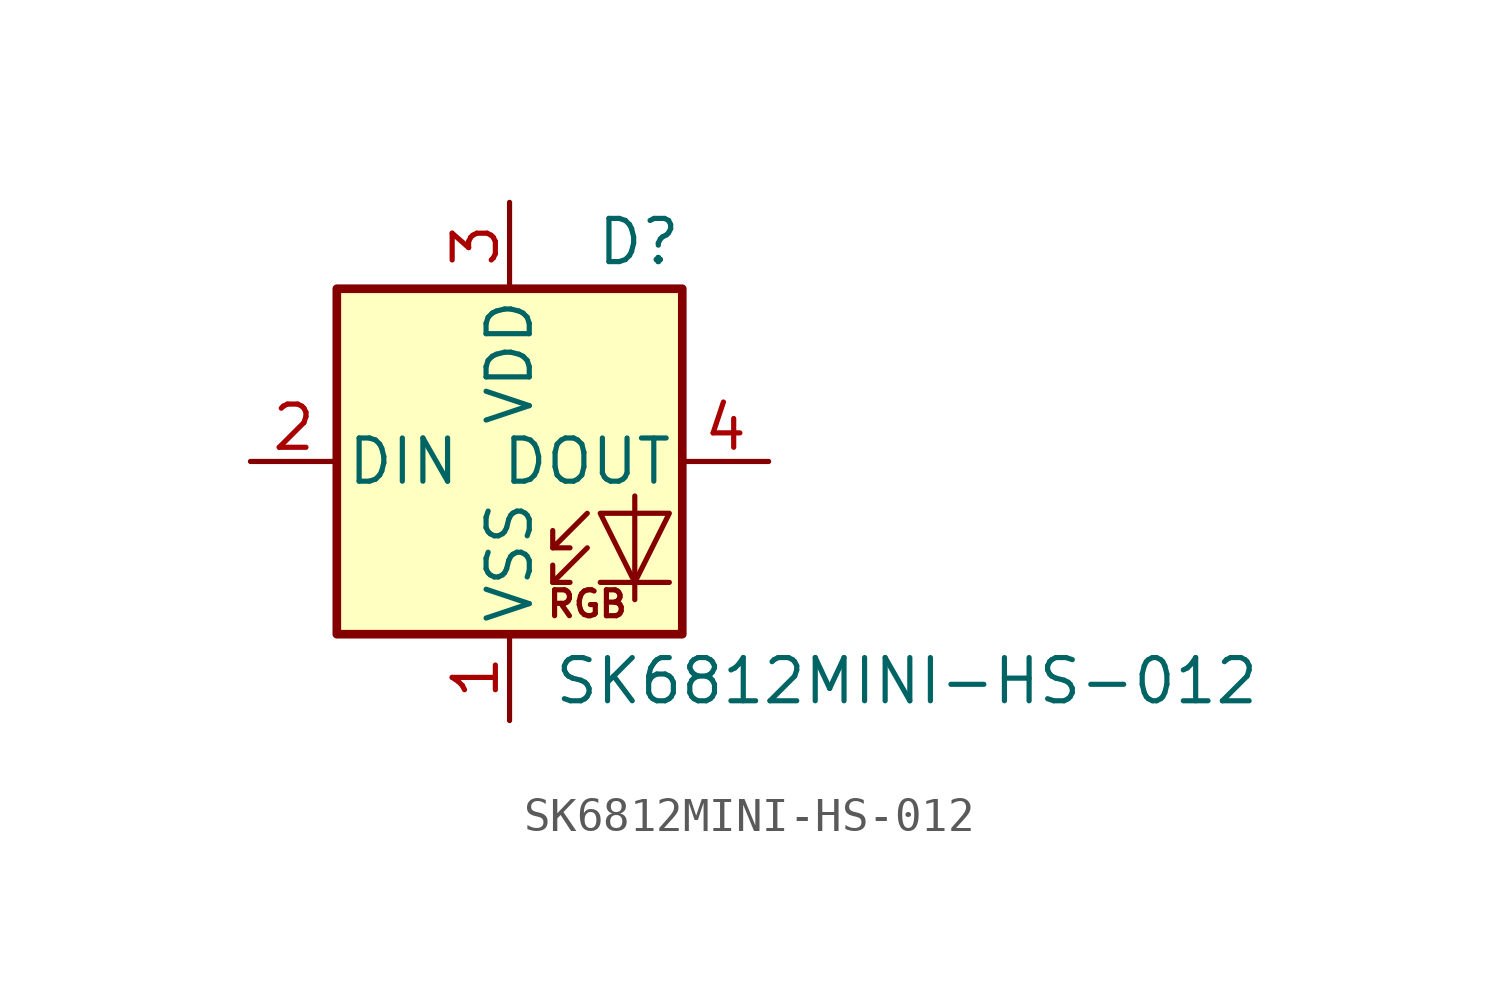
<source format=kicad_sym>
(kicad_symbol_lib
  (version 20241209)
  (generator "kicad_symbol_editor")
  (generator_version "9.0")
  (symbol "SK6812MINI-HS-012"
    (pin_names
      (offset 0.254))
    (property "Reference" "D"
      (at 5.08 5.715 0)
      (effects (font (size 1.27 1.27)) (justify right bottom)))
    (property "Value" "SK6812MINI-HS-012"
      (at 1.27 -5.715 0)
      (effects (font (size 1.27 1.27)) (justify left top)))
    (symbol "SK6812MINI-HS-012_0_0"
      (text "RGB" (at 2.286 -4.191 0) (effects (font (size 0.762 0.762)))))
    (symbol "SK6812MINI-HS-012_0_1"
      (polyline (pts (xy 1.27 -2.54) (xy 1.778 -2.54)) (stroke (width 0) (type default)) (fill (type none)))
      (polyline (pts (xy 1.27 -3.556) (xy 1.778 -3.556)) (stroke (width 0) (type default)) (fill (type none)))
      (polyline (pts (xy 2.286 -1.524) (xy 1.27 -2.54) (xy 1.27 -2.032)) (stroke (width 0) (type default)) (fill (type none)))
      (polyline (pts (xy 2.286 -2.54) (xy 1.27 -3.556) (xy 1.27 -3.048)) (stroke (width 0) (type default)) (fill (type none)))
      (polyline (pts (xy 3.683 -1.016) (xy 3.683 -3.556) (xy 3.683 -4.064)) (stroke (width 0) (type default)) (fill (type none)))
      (polyline (pts (xy 4.699 -1.524) (xy 2.667 -1.524) (xy 3.683 -3.556) (xy 4.699 -1.524)) (stroke (width 0) (type default)) (fill (type none)))
      (polyline (pts (xy 4.699 -3.556) (xy 2.667 -3.556)) (stroke (width 0) (type default)) (fill (type none)))
      (rectangle (start 5.08 5.08) (end -5.08 -5.08) (stroke (width 0.254) (type default)) (fill (type background))))
    (symbol "SK6812MINI-HS-012_1_1"
      (pin input line (at -7.62 0 0) (length 2.54) (name "DIN" (effects (font (size 1.27 1.27)))) (number "2" (effects (font (size 1.27 1.27)))))
      (pin power_in line (at 0 7.62 270) (length 2.54) (name "VDD" (effects (font (size 1.27 1.27)))) (number "3" (effects (font (size 1.27 1.27)))))
      (pin power_in line (at 0 -7.62 90) (length 2.54) (name "VSS" (effects (font (size 1.27 1.27)))) (number "1" (effects (font (size 1.27 1.27)))))
      (pin output line (at 7.62 0 180) (length 2.54) (name "DOUT" (effects (font (size 1.27 1.27)))) (number "4" (effects (font (size 1.27 1.27))))))))
</source>
